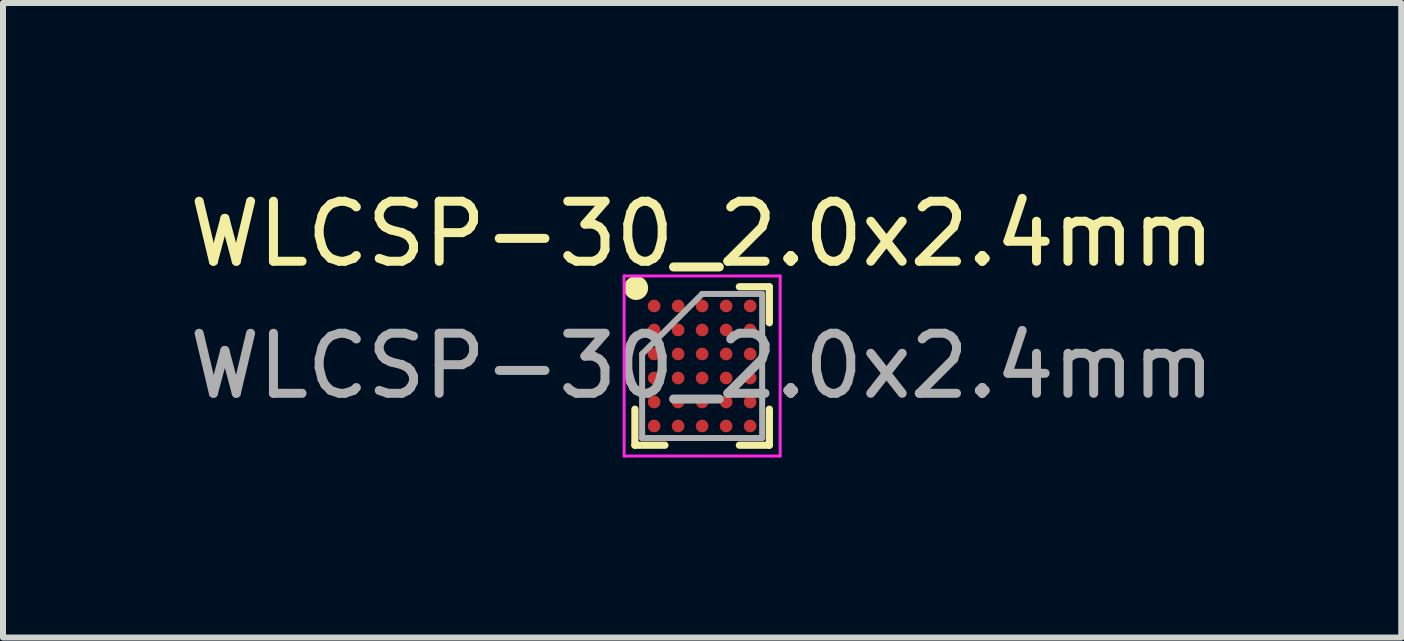
<source format=kicad_pcb>
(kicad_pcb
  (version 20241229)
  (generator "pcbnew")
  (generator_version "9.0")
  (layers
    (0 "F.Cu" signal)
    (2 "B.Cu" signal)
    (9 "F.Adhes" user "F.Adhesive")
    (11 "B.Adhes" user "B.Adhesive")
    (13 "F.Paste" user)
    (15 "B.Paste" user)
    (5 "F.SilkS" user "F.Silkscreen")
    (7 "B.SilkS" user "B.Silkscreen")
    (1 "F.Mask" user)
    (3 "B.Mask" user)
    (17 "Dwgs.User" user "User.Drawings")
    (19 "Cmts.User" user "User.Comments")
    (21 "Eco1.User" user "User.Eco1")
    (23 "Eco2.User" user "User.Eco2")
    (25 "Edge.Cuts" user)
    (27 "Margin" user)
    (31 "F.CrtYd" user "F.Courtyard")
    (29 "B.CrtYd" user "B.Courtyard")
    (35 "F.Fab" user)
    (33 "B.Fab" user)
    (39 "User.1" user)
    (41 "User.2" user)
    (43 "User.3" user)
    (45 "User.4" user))
  (footprint "WLCSP-30_2.0x2.4mm"
    (layer "F.Cu")
    (at 8.649 3.048)
    (property "Reference" "WLCSP-30_2.0x2.4mm" (at 0 -2.2 0) (layer "F.SilkS") (effects (font (size 1 1) (thickness 0.15))))
    (attr smd)
    (fp_line (start -1.12 1.32) (end -1.12 0.72) (stroke (width 0.12) (type default)) (layer "F.SilkS"))
    (fp_line (start -0.62 1.32) (end -1.12 1.32) (stroke (width 0.12) (type default)) (layer "F.SilkS"))
    (fp_line (start 0.62 -1.32) (end 1.12 -1.32) (stroke (width 0.12) (type default)) (layer "F.SilkS"))
    (fp_line (start 0.62 1.32) (end 1.12 1.32) (stroke (width 0.12) (type default)) (layer "F.SilkS"))
    (fp_line (start 1.12 -1.32) (end 1.12 -0.72) (stroke (width 0.12) (type default)) (layer "F.SilkS"))
    (fp_line (start 1.12 1.32) (end 1.12 0.72) (stroke (width 0.12) (type default)) (layer "F.SilkS"))
    (fp_circle (center -1.1 -1.3) (end -1.1 -1.2) (stroke (width 0.2) (type default)) (fill no) (layer "F.SilkS"))
    (fp_line (start -1.3 -1.5) (end 1.3 -1.5) (stroke (width 0.05) (type default)) (layer "F.CrtYd"))
    (fp_line (start -1.3 1.5) (end -1.3 -1.5) (stroke (width 0.05) (type default)) (layer "F.CrtYd"))
    (fp_line (start 1.3 -1.5) (end 1.3 1.5) (stroke (width 0.05) (type default)) (layer "F.CrtYd"))
    (fp_line (start 1.3 1.5) (end -1.3 1.5) (stroke (width 0.05) (type default)) (layer "F.CrtYd"))
    (fp_line (start -1 -0.2) (end -1 1.2) (stroke (width 0.1) (type default)) (layer "F.Fab"))
    (fp_line (start -1 1.2) (end 1 1.2) (stroke (width 0.1) (type default)) (layer "F.Fab"))
    (fp_line (start 0 -1.2) (end -1 -0.2) (stroke (width 0.1) (type default)) (layer "F.Fab"))
    (fp_line (start 1 -1.2) (end 0 -1.2) (stroke (width 0.1) (type default)) (layer "F.Fab"))
    (fp_line (start 1 1.2) (end 1 -1.2) (stroke (width 0.1) (type default)) (layer "F.Fab"))
    (fp_text user "${REFERENCE}" (at 0 0 0) (layer "F.Fab") (effects (font (size 1 1) (thickness 0.15))))
    (pad "A1" smd circle (at -0.8 -1) (size 0.21 0.21) (layers "F.Cu" "F.Mask" "F.Paste"))
    (pad "A2" smd circle (at -0.4 -1) (size 0.21 0.21) (layers "F.Cu" "F.Mask" "F.Paste"))
    (pad "A3" smd circle (at 0 -1) (size 0.21 0.21) (layers "F.Cu" "F.Mask" "F.Paste"))
    (pad "A4" smd circle (at 0.4 -1) (size 0.21 0.21) (layers "F.Cu" "F.Mask" "F.Paste"))
    (pad "A5" smd circle (at 0.8 -1) (size 0.21 0.21) (layers "F.Cu" "F.Mask" "F.Paste"))
    (pad "B1" smd circle (at -0.8 -0.6) (size 0.21 0.21) (layers "F.Cu" "F.Mask" "F.Paste"))
    (pad "B2" smd circle (at -0.4 -0.6) (size 0.21 0.21) (layers "F.Cu" "F.Mask" "F.Paste"))
    (pad "B3" smd circle (at 0 -0.6) (size 0.21 0.21) (layers "F.Cu" "F.Mask" "F.Paste"))
    (pad "B4" smd circle (at 0.4 -0.6) (size 0.21 0.21) (layers "F.Cu" "F.Mask" "F.Paste"))
    (pad "B5" smd circle (at 0.8 -0.6) (size 0.21 0.21) (layers "F.Cu" "F.Mask" "F.Paste"))
    (pad "C1" smd circle (at -0.8 -0.2) (size 0.21 0.21) (layers "F.Cu" "F.Mask" "F.Paste"))
    (pad "C2" smd circle (at -0.4 -0.2) (size 0.21 0.21) (layers "F.Cu" "F.Mask" "F.Paste"))
    (pad "C3" smd circle (at 0 -0.2) (size 0.21 0.21) (layers "F.Cu" "F.Mask" "F.Paste"))
    (pad "C4" smd circle (at 0.4 -0.2) (size 0.21 0.21) (layers "F.Cu" "F.Mask" "F.Paste"))
    (pad "C5" smd circle (at 0.8 -0.2) (size 0.21 0.21) (layers "F.Cu" "F.Mask" "F.Paste"))
    (pad "D1" smd circle (at -0.8 0.2) (size 0.21 0.21) (layers "F.Cu" "F.Mask" "F.Paste"))
    (pad "D2" smd circle (at -0.4 0.2) (size 0.21 0.21) (layers "F.Cu" "F.Mask" "F.Paste"))
    (pad "D3" smd circle (at 0 0.2) (size 0.21 0.21) (layers "F.Cu" "F.Mask" "F.Paste"))
    (pad "D4" smd circle (at 0.4 0.2) (size 0.21 0.21) (layers "F.Cu" "F.Mask" "F.Paste"))
    (pad "D5" smd circle (at 0.8 0.2) (size 0.21 0.21) (layers "F.Cu" "F.Mask" "F.Paste"))
    (pad "E1" smd circle (at -0.8 0.6) (size 0.21 0.21) (layers "F.Cu" "F.Mask" "F.Paste"))
    (pad "E2" smd circle (at -0.4 0.6) (size 0.21 0.21) (layers "F.Cu" "F.Mask" "F.Paste"))
    (pad "E3" smd circle (at 0 0.6) (size 0.21 0.21) (layers "F.Cu" "F.Mask" "F.Paste"))
    (pad "E4" smd circle (at 0.4 0.6) (size 0.21 0.21) (layers "F.Cu" "F.Mask" "F.Paste"))
    (pad "E5" smd circle (at 0.8 0.6) (size 0.21 0.21) (layers "F.Cu" "F.Mask" "F.Paste"))
    (pad "F1" smd circle (at -0.8 1) (size 0.21 0.21) (layers "F.Cu" "F.Mask" "F.Paste"))
    (pad "F2" smd circle (at -0.4 1) (size 0.21 0.21) (layers "F.Cu" "F.Mask" "F.Paste"))
    (pad "F3" smd circle (at 0 1) (size 0.21 0.21) (layers "F.Cu" "F.Mask" "F.Paste"))
    (pad "F4" smd circle (at 0.4 1) (size 0.21 0.21) (layers "F.Cu" "F.Mask" "F.Paste"))
    (pad "F5" smd circle (at 0.8 1) (size 0.21 0.21) (layers "F.Cu" "F.Mask" "F.Paste")))
  (gr_rect
    (start -3 -3)
    (end 20.298 7.573)
    (stroke (width 0.1) (type default))
    (fill no)
    (layer "Edge.Cuts")))
</source>
